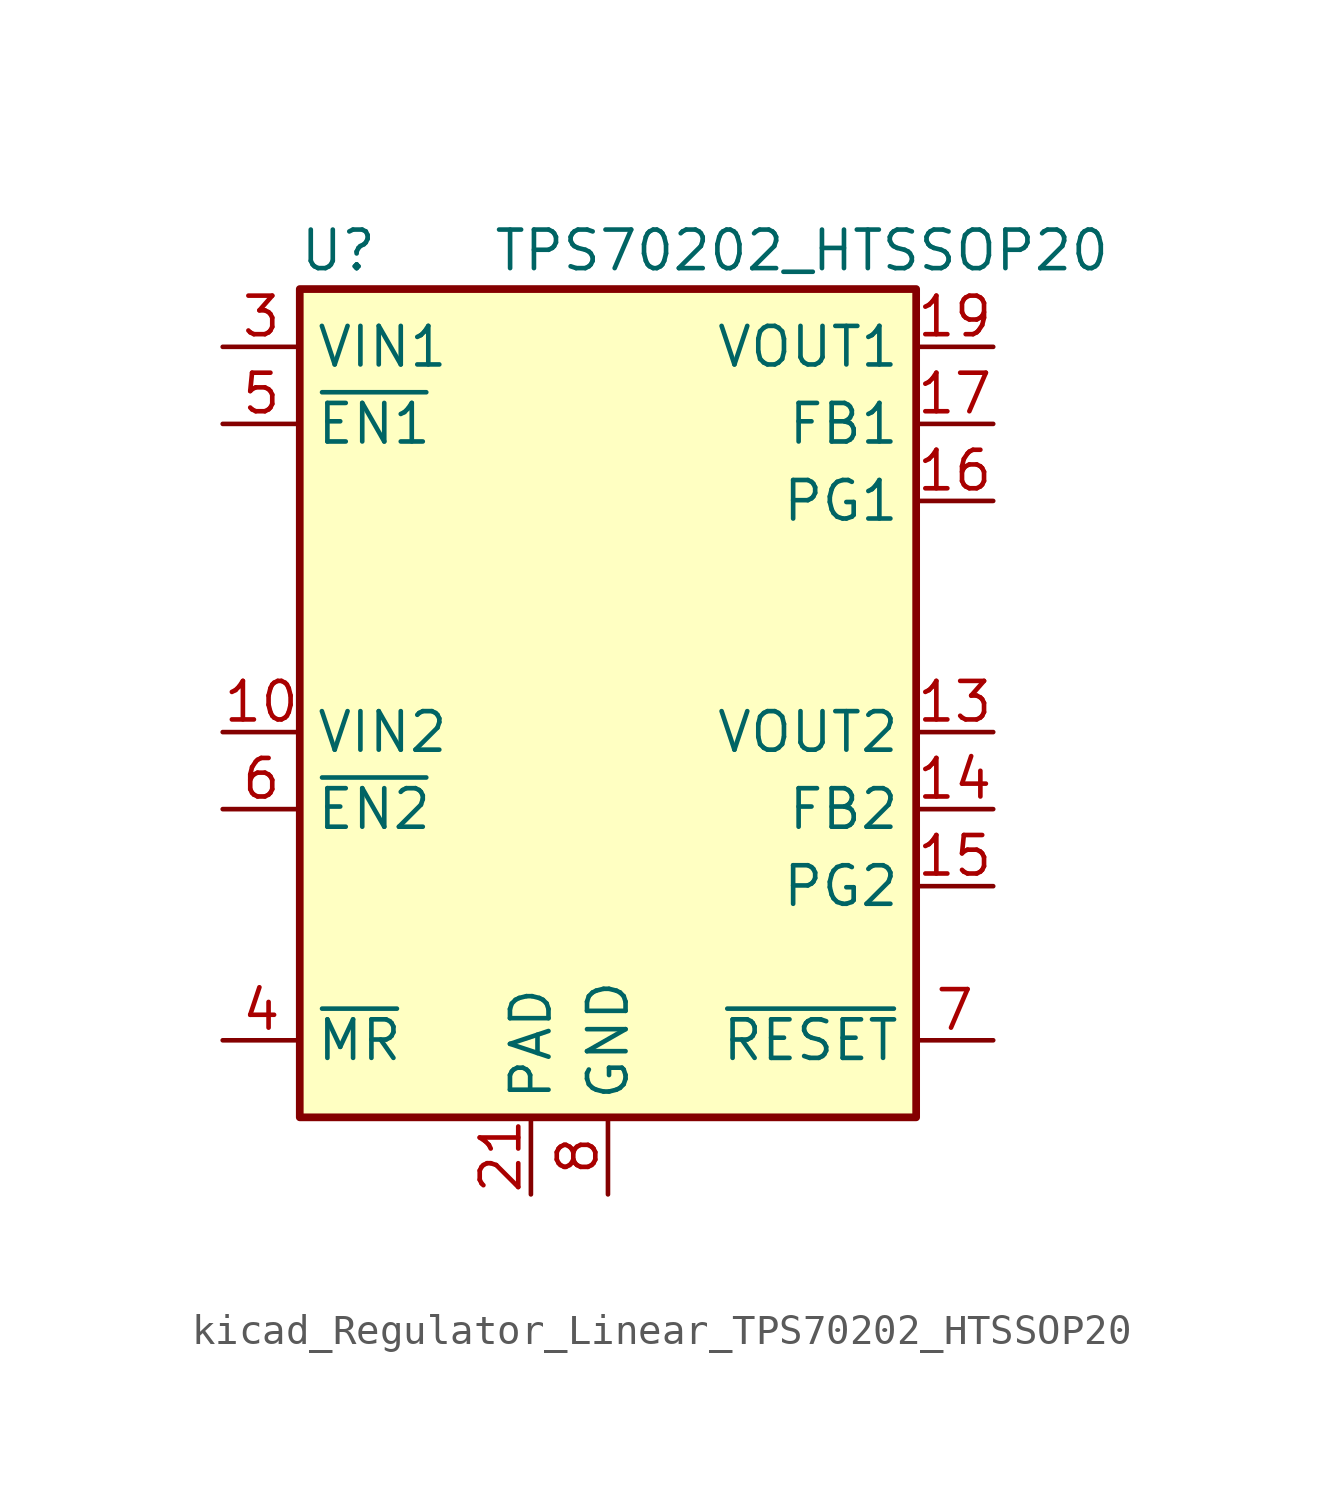
<source format=kicad_sym>
(kicad_symbol_lib
  (version 20220914)
  (generator kicad_symbol_editor)
  (symbol "kicad_Regulator_Linear_TPS70202_HTSSOP20"
    (property "Reference" "U"
      (at -8.89 15.875 0)
      (effects (font (size 1.27 1.27))))
    (property "Value" "TPS70202_HTSSOP20"
      (at -3.81 15.875 0)
      (effects (font (size 1.27 1.27)) (justify left)))
    (symbol "kicad_Regulator_Linear_TPS70202_HTSSOP20_0_1"
      (rectangle (start -10.16 14.605) (end 10.16 -12.7) (stroke (width 0.254) (type default)) (fill (type background))))
    (symbol "kicad_Regulator_Linear_TPS70202_HTSSOP20_1_1"
      (pin no_connect line (at -10.16 7.62 0) (length 2.54) hide (name "NC" (effects (font (size 1.27 1.27)))) (number "1" (effects (font (size 1.27 1.27)))))
      (pin power_in line (at -12.7 0 0) (length 2.54) (name "VIN2" (effects (font (size 1.27 1.27)))) (number "10" (effects (font (size 1.27 1.27)))))
      (pin no_connect line (at -10.16 5.08 0) (length 2.54) hide (name "NC" (effects (font (size 1.27 1.27)))) (number "11" (effects (font (size 1.27 1.27)))))
      (pin passive line (at 12.7 0 180) (length 2.54) hide (name "VOUT2" (effects (font (size 1.27 1.27)))) (number "12" (effects (font (size 1.27 1.27)))))
      (pin power_out line (at 12.7 0 180) (length 2.54) (name "VOUT2" (effects (font (size 1.27 1.27)))) (number "13" (effects (font (size 1.27 1.27)))))
      (pin input line (at 12.7 -2.54 180) (length 2.54) (name "FB2" (effects (font (size 1.27 1.27)))) (number "14" (effects (font (size 1.27 1.27)))))
      (pin open_collector line (at 12.7 -5.08 180) (length 2.54) (name "PG2" (effects (font (size 1.27 1.27)))) (number "15" (effects (font (size 1.27 1.27)))))
      (pin open_collector line (at 12.7 7.62 180) (length 2.54) (name "PG1" (effects (font (size 1.27 1.27)))) (number "16" (effects (font (size 1.27 1.27)))))
      (pin input line (at 12.7 10.16 180) (length 2.54) (name "FB1" (effects (font (size 1.27 1.27)))) (number "17" (effects (font (size 1.27 1.27)))))
      (pin passive line (at 12.7 12.7 180) (length 2.54) hide (name "VOUT1" (effects (font (size 1.27 1.27)))) (number "18" (effects (font (size 1.27 1.27)))))
      (pin power_out line (at 12.7 12.7 180) (length 2.54) (name "VOUT1" (effects (font (size 1.27 1.27)))) (number "19" (effects (font (size 1.27 1.27)))))
      (pin passive line (at -12.7 12.7 0) (length 2.54) hide (name "VIN1" (effects (font (size 1.27 1.27)))) (number "2" (effects (font (size 1.27 1.27)))))
      (pin no_connect line (at -10.16 -5.08 0) (length 2.54) hide (name "NC" (effects (font (size 1.27 1.27)))) (number "20" (effects (font (size 1.27 1.27)))))
      (pin power_in line (at -2.54 -15.24 90) (length 2.54) (name "PAD" (effects (font (size 1.27 1.27)))) (number "21" (effects (font (size 1.27 1.27)))))
      (pin power_in line (at -12.7 12.7 0) (length 2.54) (name "VIN1" (effects (font (size 1.27 1.27)))) (number "3" (effects (font (size 1.27 1.27)))))
      (pin input line (at -12.7 -10.16 0) (length 2.54) (name "~{MR}" (effects (font (size 1.27 1.27)))) (number "4" (effects (font (size 1.27 1.27)))))
      (pin input line (at -12.7 10.16 0) (length 2.54) (name "~{EN1}" (effects (font (size 1.27 1.27)))) (number "5" (effects (font (size 1.27 1.27)))))
      (pin input line (at -12.7 -2.54 0) (length 2.54) (name "~{EN2}" (effects (font (size 1.27 1.27)))) (number "6" (effects (font (size 1.27 1.27)))))
      (pin open_collector line (at 12.7 -10.16 180) (length 2.54) (name "~{RESET}" (effects (font (size 1.27 1.27)))) (number "7" (effects (font (size 1.27 1.27)))))
      (pin power_in line (at 0 -15.24 90) (length 2.54) (name "GND" (effects (font (size 1.27 1.27)))) (number "8" (effects (font (size 1.27 1.27)))))
      (pin passive line (at -12.7 0 0) (length 2.54) hide (name "VIN2" (effects (font (size 1.27 1.27)))) (number "9" (effects (font (size 1.27 1.27))))))))
</source>
